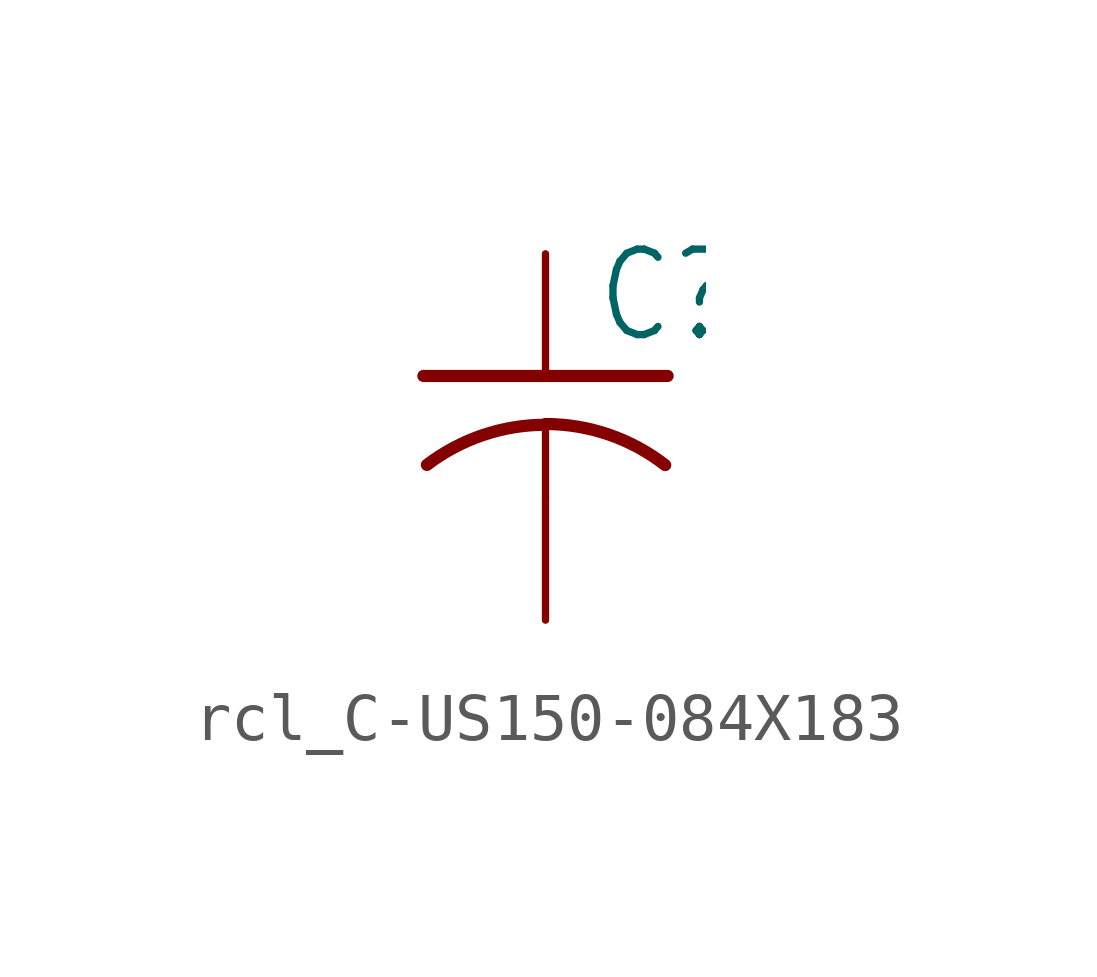
<source format=kicad_sym>
(kicad_symbol_lib
  (version 20231120)
  (generator "kicad_symbol_editor")
  (generator_version "8.0")
  (symbol "rcl_C-US150-084X183"
    (property "Reference" "C"
      (at 1.016 0.635 0)
      (effects (font (size 1.778 1.511)) (justify left bottom)))
    (property "Value" ""
      (at 1.016 -4.191 0)
      (effects (font (size 1.778 1.511)) (justify left bottom)))
    (property "ki_locked" ""
      (at 0 0 0)
      (effects (font (size 1.27 1.27))))
    (symbol "rcl_C-US150-084X183_1_0"
      (arc (start 0 -1.0161) (mid -1.302 -1.2303) (end -2.4668 -1.8504) (stroke (width 0.254) (type solid)) (fill (type none)))
      (polyline (pts (xy -2.54 0) (xy 2.54 0)) (stroke (width 0.254) (type solid)) (fill (type none)))
      (polyline (pts (xy 0 -1.016) (xy 0 -2.54)) (stroke (width 0.152) (type solid)) (fill (type none)))
      (arc (start 2.4892 -1.8541) (mid 1.3158 -1.2194) (end 0 -1) (stroke (width 0.254) (type solid)) (fill (type none)))
      (pin passive line (at 0 2.54 270) (length 2.54) (name "1" (effects (font (size 0 0)))) (number "1" (effects (font (size 0 0)))))
      (pin passive line (at 0 -5.08 90) (length 2.54) (name "2" (effects (font (size 0 0)))) (number "2" (effects (font (size 0 0))))))))
</source>
